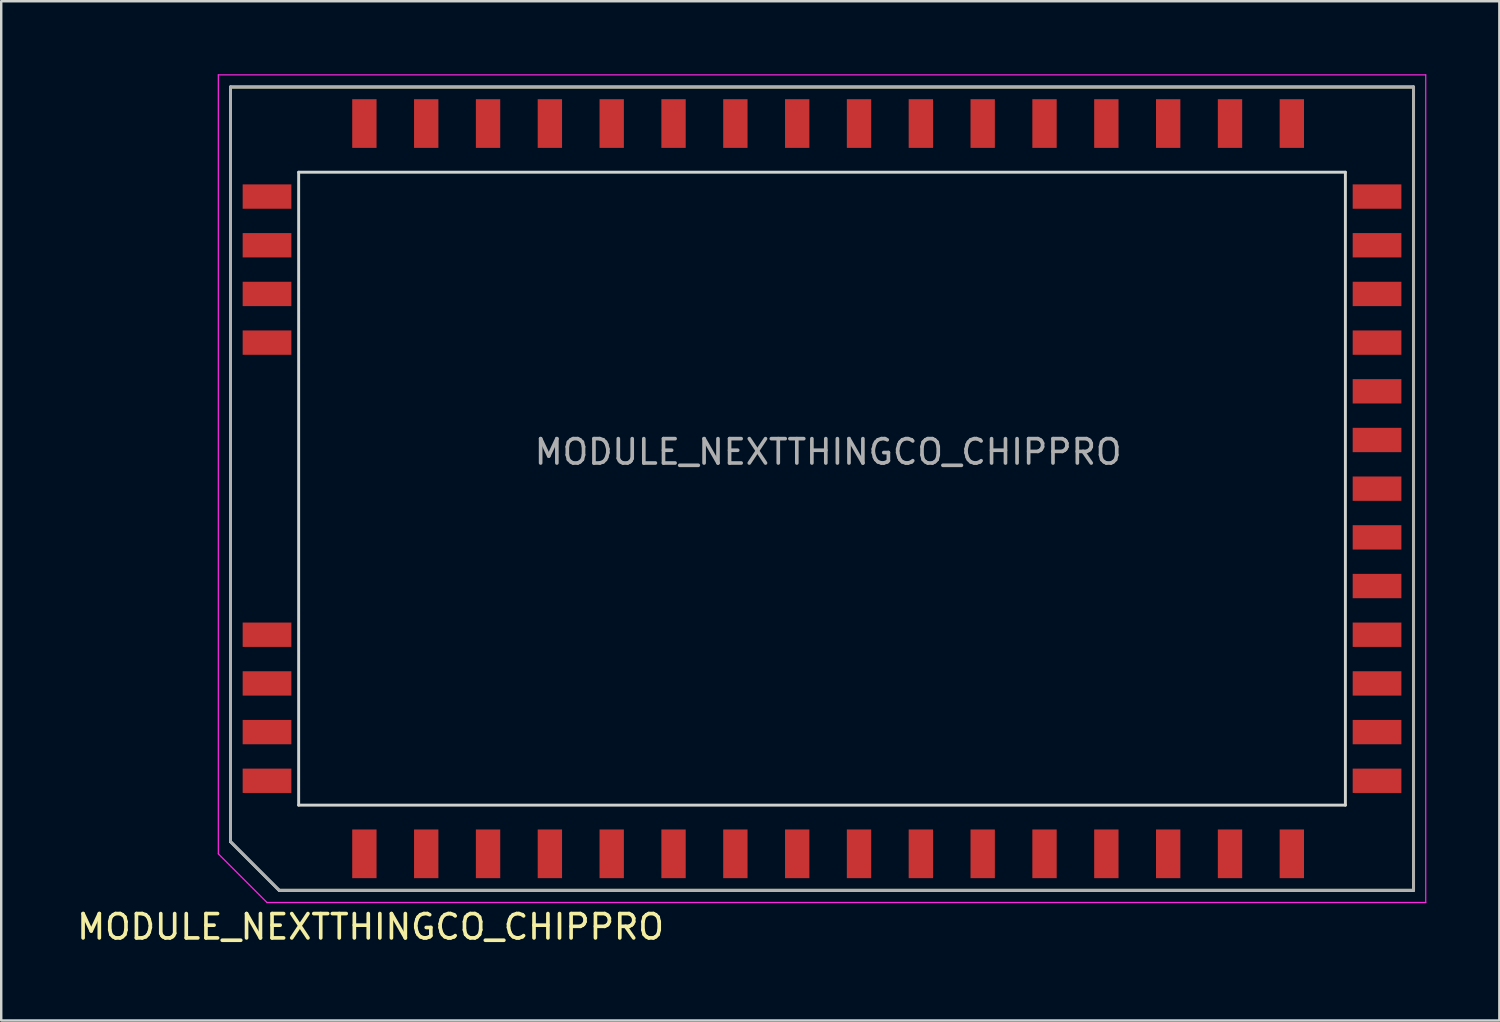
<source format=kicad_pcb>
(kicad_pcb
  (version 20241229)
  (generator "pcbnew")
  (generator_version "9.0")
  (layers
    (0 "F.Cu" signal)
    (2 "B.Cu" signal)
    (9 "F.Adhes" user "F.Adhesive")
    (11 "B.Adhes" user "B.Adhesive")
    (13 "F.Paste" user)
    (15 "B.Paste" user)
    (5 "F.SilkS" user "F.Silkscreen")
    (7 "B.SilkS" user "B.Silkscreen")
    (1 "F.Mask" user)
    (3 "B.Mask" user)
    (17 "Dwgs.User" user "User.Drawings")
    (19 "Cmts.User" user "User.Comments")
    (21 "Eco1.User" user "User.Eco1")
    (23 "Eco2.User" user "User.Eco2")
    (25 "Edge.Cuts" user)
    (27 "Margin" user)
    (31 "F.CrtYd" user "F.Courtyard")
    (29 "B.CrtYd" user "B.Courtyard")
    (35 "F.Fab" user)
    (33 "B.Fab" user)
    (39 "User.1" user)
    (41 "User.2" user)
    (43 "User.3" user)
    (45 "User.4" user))
  (footprint "MODULE_NEXTTHINGCO_CHIPPRO"
    (layer "F.Cu")
    (at 11.919 32.025)
    (property "Reference" "MODULE_NEXTTHINGCO_CHIPPRO" (at 0.254 3 0) (layer "F.SilkS") (effects (font (size 1 1) (thickness 0.15))))
    (attr smd)
    (fp_line (start -5.5 -31.5) (end -5.5 -0.5) (stroke (width 0.12) (type solid)) (layer "F.SilkS"))
    (fp_line (start -5.5 -31.5) (end 43.1 -31.5) (stroke (width 0.12) (type solid)) (layer "F.SilkS"))
    (fp_line (start -5.5 -0.5) (end -3.5 1.5) (stroke (width 0.12) (type solid)) (layer "F.SilkS"))
    (fp_line (start -3.5 1.5) (end 43.1 1.5) (stroke (width 0.12) (type solid)) (layer "F.SilkS"))
    (fp_line (start 43.1 -31.5) (end 43.1 1.5) (stroke (width 0.12) (type solid)) (layer "F.SilkS"))
    (fp_line (start -2.7 -28) (end -2.7 -2) (stroke (width 0.12) (type solid)) (layer "Edge.Cuts"))
    (fp_line (start 40.3 -28) (end -2.7 -28) (stroke (width 0.12) (type solid)) (layer "Edge.Cuts"))
    (fp_line (start 40.3 -28) (end 40.3 -2) (stroke (width 0.12) (type solid)) (layer "Edge.Cuts"))
    (fp_line (start 40.3 -2) (end -2.7 -2) (stroke (width 0.12) (type solid)) (layer "Edge.Cuts"))
    (fp_line (start -6 -32) (end -6 0) (stroke (width 0.05) (type solid)) (layer "F.CrtYd"))
    (fp_line (start -6 -32) (end 43.6 -32) (stroke (width 0.05) (type solid)) (layer "F.CrtYd"))
    (fp_line (start -6 0) (end -4 2) (stroke (width 0.05) (type solid)) (layer "F.CrtYd"))
    (fp_line (start 43.6 -32) (end 43.6 2) (stroke (width 0.05) (type solid)) (layer "F.CrtYd"))
    (fp_line (start 43.6 2) (end -4 2) (stroke (width 0.05) (type solid)) (layer "F.CrtYd"))
    (fp_line (start -5.5 -31.5) (end -5.5 -0.5) (stroke (width 0.12) (type solid)) (layer "F.Fab"))
    (fp_line (start -5.5 -31.5) (end 43.1 -31.5) (stroke (width 0.12) (type solid)) (layer "F.Fab"))
    (fp_line (start -5.5 -0.5) (end -3.5 1.5) (stroke (width 0.12) (type solid)) (layer "F.Fab"))
    (fp_line (start -3.5 1.5) (end 43.1 1.5) (stroke (width 0.12) (type solid)) (layer "F.Fab"))
    (fp_line (start 43.1 -31.5) (end 43.1 1.5) (stroke (width 0.12) (type solid)) (layer "F.Fab"))
    (fp_text user "${REFERENCE}" (at 19.05 -16.51 0) (layer "F.Fab") (effects (font (size 1 1) (thickness 0.15))))
    (pad "1" smd rect (at 0 0) (size 1 2) (layers "F.Cu" "F.Mask" "F.Paste"))
    (pad "2" smd rect (at 2.54 0) (size 1 2) (layers "F.Cu" "F.Mask" "F.Paste"))
    (pad "3" smd rect (at 5.08 0) (size 1 2) (layers "F.Cu" "F.Mask" "F.Paste"))
    (pad "4" smd rect (at 7.62 0) (size 1 2) (layers "F.Cu" "F.Mask" "F.Paste"))
    (pad "5" smd rect (at 10.16 0) (size 1 2) (layers "F.Cu" "F.Mask" "F.Paste"))
    (pad "6" smd rect (at 12.7 0) (size 1 2) (layers "F.Cu" "F.Mask" "F.Paste"))
    (pad "7" smd rect (at 15.24 0) (size 1 2) (layers "F.Cu" "F.Mask" "F.Paste"))
    (pad "8" smd rect (at 17.78 0) (size 1 2) (layers "F.Cu" "F.Mask" "F.Paste"))
    (pad "9" smd rect (at 20.32 0) (size 1 2) (layers "F.Cu" "F.Mask" "F.Paste"))
    (pad "10" smd rect (at 22.86 0) (size 1 2) (layers "F.Cu" "F.Mask" "F.Paste"))
    (pad "11" smd rect (at 25.4 0) (size 1 2) (layers "F.Cu" "F.Mask" "F.Paste"))
    (pad "12" smd rect (at 27.94 0) (size 1 2) (layers "F.Cu" "F.Mask" "F.Paste"))
    (pad "13" smd rect (at 30.48 0) (size 1 2) (layers "F.Cu" "F.Mask" "F.Paste"))
    (pad "14" smd rect (at 33.02 0) (size 1 2) (layers "F.Cu" "F.Mask" "F.Paste"))
    (pad "15" smd rect (at 35.56 0) (size 1 2) (layers "F.Cu" "F.Mask" "F.Paste"))
    (pad "16" smd rect (at 38.1 0) (size 1 2) (layers "F.Cu" "F.Mask" "F.Paste"))
    (pad "17" smd rect (at 41.6 -3 90) (size 1 2) (layers "F.Cu" "F.Mask" "F.Paste"))
    (pad "18" smd rect (at 41.6 -5 90) (size 1 2) (layers "F.Cu" "F.Mask" "F.Paste"))
    (pad "19" smd rect (at 41.6 -7 90) (size 1 2) (layers "F.Cu" "F.Mask" "F.Paste"))
    (pad "20" smd rect (at 41.6 -9 90) (size 1 2) (layers "F.Cu" "F.Mask" "F.Paste"))
    (pad "21" smd rect (at 41.6 -11 90) (size 1 2) (layers "F.Cu" "F.Mask" "F.Paste"))
    (pad "22" smd rect (at 41.6 -13 90) (size 1 2) (layers "F.Cu" "F.Mask" "F.Paste"))
    (pad "23" smd rect (at 41.6 -15 90) (size 1 2) (layers "F.Cu" "F.Mask" "F.Paste"))
    (pad "24" smd rect (at 41.6 -17 90) (size 1 2) (layers "F.Cu" "F.Mask" "F.Paste"))
    (pad "25" smd rect (at 41.6 -19 90) (size 1 2) (layers "F.Cu" "F.Mask" "F.Paste"))
    (pad "26" smd rect (at 41.6 -21 90) (size 1 2) (layers "F.Cu" "F.Mask" "F.Paste"))
    (pad "27" smd rect (at 41.6 -23 90) (size 1 2) (layers "F.Cu" "F.Mask" "F.Paste"))
    (pad "28" smd rect (at 41.6 -25 90) (size 1 2) (layers "F.Cu" "F.Mask" "F.Paste"))
    (pad "29" smd rect (at 41.6 -27 90) (size 1 2) (layers "F.Cu" "F.Mask" "F.Paste"))
    (pad "30" smd rect (at 38.1 -30) (size 1 2) (layers "F.Cu" "F.Mask" "F.Paste"))
    (pad "31" smd rect (at 35.56 -30) (size 1 2) (layers "F.Cu" "F.Mask" "F.Paste"))
    (pad "32" smd rect (at 33.02 -30) (size 1 2) (layers "F.Cu" "F.Mask" "F.Paste"))
    (pad "33" smd rect (at 30.48 -30) (size 1 2) (layers "F.Cu" "F.Mask" "F.Paste"))
    (pad "34" smd rect (at 27.94 -30) (size 1 2) (layers "F.Cu" "F.Mask" "F.Paste"))
    (pad "35" smd rect (at 25.4 -30) (size 1 2) (layers "F.Cu" "F.Mask" "F.Paste"))
    (pad "36" smd rect (at 22.86 -30) (size 1 2) (layers "F.Cu" "F.Mask" "F.Paste"))
    (pad "37" smd rect (at 20.32 -30) (size 1 2) (layers "F.Cu" "F.Mask" "F.Paste"))
    (pad "38" smd rect (at 17.78 -30) (size 1 2) (layers "F.Cu" "F.Mask" "F.Paste"))
    (pad "39" smd rect (at 15.24 -30) (size 1 2) (layers "F.Cu" "F.Mask" "F.Paste"))
    (pad "40" smd rect (at 12.7 -30) (size 1 2) (layers "F.Cu" "F.Mask" "F.Paste"))
    (pad "41" smd rect (at 10.16 -30) (size 1 2) (layers "F.Cu" "F.Mask" "F.Paste"))
    (pad "42" smd rect (at 7.62 -30) (size 1 2) (layers "F.Cu" "F.Mask" "F.Paste"))
    (pad "43" smd rect (at 5.08 -30) (size 1 2) (layers "F.Cu" "F.Mask" "F.Paste"))
    (pad "44" smd rect (at 2.54 -30) (size 1 2) (layers "F.Cu" "F.Mask" "F.Paste"))
    (pad "45" smd rect (at 0 -30) (size 1 2) (layers "F.Cu" "F.Mask" "F.Paste"))
    (pad "46" smd rect (at -4 -27) (size 2 1) (layers "F.Cu" "F.Mask" "F.Paste"))
    (pad "47" smd rect (at -4 -25) (size 2 1) (layers "F.Cu" "F.Mask" "F.Paste"))
    (pad "48" smd rect (at -4 -23) (size 2 1) (layers "F.Cu" "F.Mask" "F.Paste"))
    (pad "49" smd rect (at -4 -21) (size 2 1) (layers "F.Cu" "F.Mask" "F.Paste"))
    (pad "50" smd rect (at -4 -9) (size 2 1) (layers "F.Cu" "F.Mask" "F.Paste"))
    (pad "51" smd rect (at -4 -7) (size 2 1) (layers "F.Cu" "F.Mask" "F.Paste"))
    (pad "52" smd rect (at -4 -5) (size 2 1) (layers "F.Cu" "F.Mask" "F.Paste"))
    (pad "53" smd rect (at -4 -3) (size 2 1) (layers "F.Cu" "F.Mask" "F.Paste")))
  (gr_rect
    (start -3 -3)
    (end 58.544 38.873)
    (stroke (width 0.1) (type default))
    (fill no)
    (layer "Edge.Cuts")))
</source>
